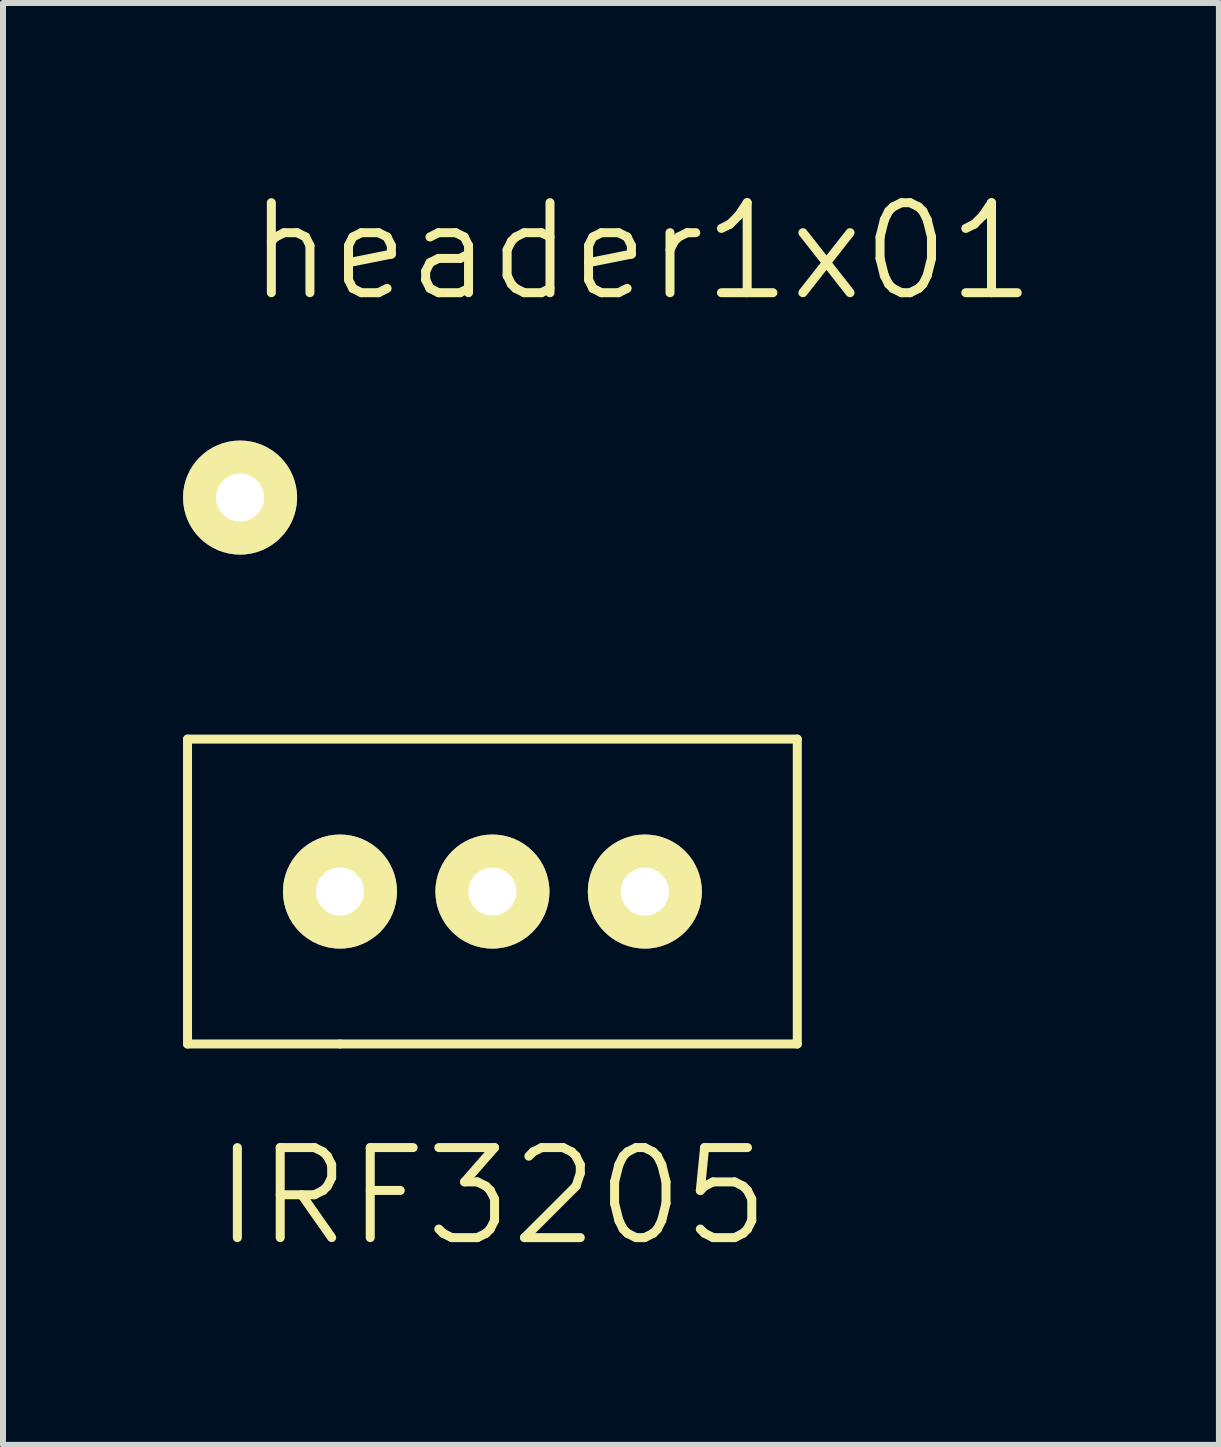
<source format=kicad_pcb>
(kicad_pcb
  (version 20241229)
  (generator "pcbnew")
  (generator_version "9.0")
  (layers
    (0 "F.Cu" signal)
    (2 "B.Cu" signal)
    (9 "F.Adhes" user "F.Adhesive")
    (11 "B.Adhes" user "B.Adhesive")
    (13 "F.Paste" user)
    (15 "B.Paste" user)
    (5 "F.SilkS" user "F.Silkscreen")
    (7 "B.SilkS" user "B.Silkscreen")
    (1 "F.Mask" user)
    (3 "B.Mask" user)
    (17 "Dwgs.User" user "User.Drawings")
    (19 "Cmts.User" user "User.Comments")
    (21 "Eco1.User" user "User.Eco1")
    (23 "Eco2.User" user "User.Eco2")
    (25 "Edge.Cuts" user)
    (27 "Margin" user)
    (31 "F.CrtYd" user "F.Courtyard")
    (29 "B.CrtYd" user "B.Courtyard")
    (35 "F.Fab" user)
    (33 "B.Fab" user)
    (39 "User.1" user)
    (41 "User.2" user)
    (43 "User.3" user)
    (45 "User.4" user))
  (footprint "IRF3205"
    (layer "F.Cu")
    (at 2.615 11.806)
    (property "Reference" "IRF3205" (at 2.54 5.08 0) (layer "F.SilkS") (effects (font (size 1.5 1.5) (thickness 0.15))))
    (attr through_hole)
    (fp_line (start -2.54 -2.54) (end -2.54 2.54) (stroke (width 0.15) (type solid)) (layer "F.SilkS"))
    (fp_line (start -2.54 2.54) (end 0 2.54) (stroke (width 0.15) (type solid)) (layer "F.SilkS"))
    (fp_line (start 0 2.54) (end 7.62 2.54) (stroke (width 0.15) (type solid)) (layer "F.SilkS"))
    (fp_line (start 7.62 -2.54) (end -2.54 -2.54) (stroke (width 0.15) (type solid)) (layer "F.SilkS"))
    (fp_line (start 7.62 2.54) (end 7.62 -2.54) (stroke (width 0.15) (type solid)) (layer "F.SilkS"))
    (pad "1" thru_hole circle (at 0 0) (size 1.9 1.9) (drill 0.8) (layers "*.Cu" "*.Mask" "F.SilkS"))
    (pad "2" thru_hole circle (at 2.54 0) (size 1.9 1.9) (drill 0.8) (layers "*.Cu" "*.Mask" "F.SilkS"))
    (pad "3" thru_hole circle (at 5.08 0) (size 1.9 1.9) (drill 0.8) (layers "*.Cu" "*.Mask" "F.SilkS")))
  (footprint "header1x01"
    (layer "F.Cu")
    (at 0.95 5.241)
    (property "Reference" "header1x01" (at 6.7 -4.1 0) (layer "F.SilkS") (effects (font (size 1.5 1.5) (thickness 0.15))))
    (attr through_hole)
    (pad "1" thru_hole circle (at 0 0) (size 1.9 1.9) (drill 0.8) (layers "*.Cu" "*.Mask" "F.SilkS")))
  (gr_rect
    (start -3 -3)
    (end 17.261 21.026)
    (stroke (width 0.1) (type default))
    (fill no)
    (layer "Edge.Cuts")))
</source>
